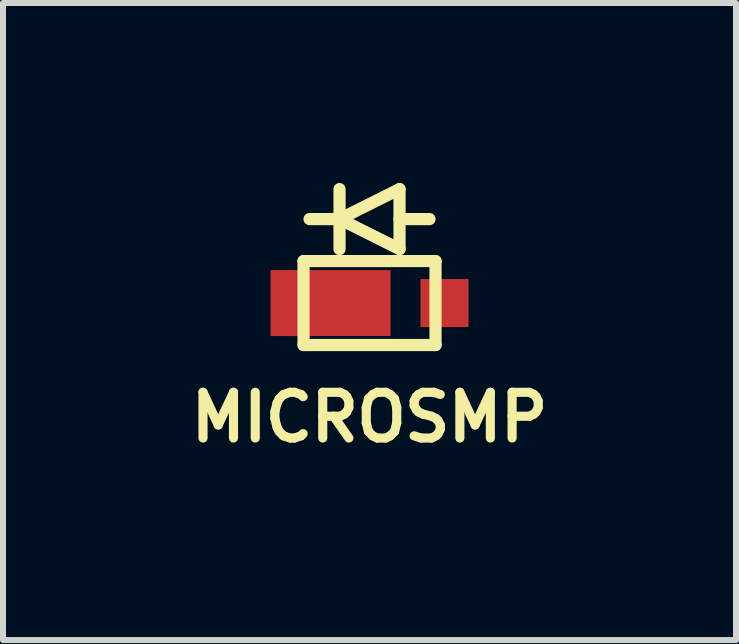
<source format=kicad_pcb>
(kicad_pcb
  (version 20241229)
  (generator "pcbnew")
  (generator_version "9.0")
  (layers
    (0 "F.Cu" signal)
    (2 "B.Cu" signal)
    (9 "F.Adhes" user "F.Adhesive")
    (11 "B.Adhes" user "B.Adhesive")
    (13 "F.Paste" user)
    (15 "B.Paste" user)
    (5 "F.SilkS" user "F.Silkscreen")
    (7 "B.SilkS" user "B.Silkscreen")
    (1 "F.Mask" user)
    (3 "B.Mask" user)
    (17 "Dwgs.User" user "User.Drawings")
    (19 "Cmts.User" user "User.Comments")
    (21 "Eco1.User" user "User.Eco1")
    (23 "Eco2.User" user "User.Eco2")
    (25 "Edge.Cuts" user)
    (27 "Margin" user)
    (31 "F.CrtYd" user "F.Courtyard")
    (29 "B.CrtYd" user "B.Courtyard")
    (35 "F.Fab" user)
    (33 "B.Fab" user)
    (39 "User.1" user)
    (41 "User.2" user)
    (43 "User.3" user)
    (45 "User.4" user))
  (footprint "MICROSMP"
    (layer "F.Cu")
    (at 3.11 2.002)
    (property "Reference" "MICROSMP" (at 0 1.905 0) (layer "F.SilkS") (effects (font (size 0.762 0.762) (thickness 0.152))))
    (attr smd)
    (fp_line (start -1.1 -0.7) (end -1.1 0.7) (stroke (width 0.203) (type solid)) (layer "F.SilkS"))
    (fp_line (start -1.1 0.7) (end 1.1 0.7) (stroke (width 0.203) (type solid)) (layer "F.SilkS"))
    (fp_line (start -0.5 -1.9) (end -0.5 -0.9) (stroke (width 0.203) (type solid)) (layer "F.SilkS"))
    (fp_line (start -0.5 -1.4) (end -1 -1.4) (stroke (width 0.203) (type solid)) (layer "F.SilkS"))
    (fp_line (start -0.5 -1.4) (end 0.5 -1.9) (stroke (width 0.203) (type solid)) (layer "F.SilkS"))
    (fp_line (start 0.5 -1.9) (end 0.5 -0.9) (stroke (width 0.203) (type solid)) (layer "F.SilkS"))
    (fp_line (start 0.5 -1.4) (end 1 -1.4) (stroke (width 0.203) (type solid)) (layer "F.SilkS"))
    (fp_line (start 0.5 -0.9) (end -0.5 -1.4) (stroke (width 0.203) (type solid)) (layer "F.SilkS"))
    (fp_line (start 1.1 -0.7) (end -1.1 -0.7) (stroke (width 0.203) (type solid)) (layer "F.SilkS"))
    (fp_line (start 1.1 0.7) (end 1.1 -0.7) (stroke (width 0.203) (type solid)) (layer "F.SilkS"))
    (pad "1" smd rect (at -0.65 0) (size 2 1.1) (layers "F.Cu" "F.Mask" "F.Paste"))
    (pad "2" smd rect (at 1.25 0) (size 0.8 0.8) (layers "F.Cu" "F.Mask" "F.Paste")))
  (gr_rect
    (start -3 -3)
    (end 9.219 7.62)
    (stroke (width 0.1) (type default))
    (fill no)
    (layer "Edge.Cuts")))
</source>
